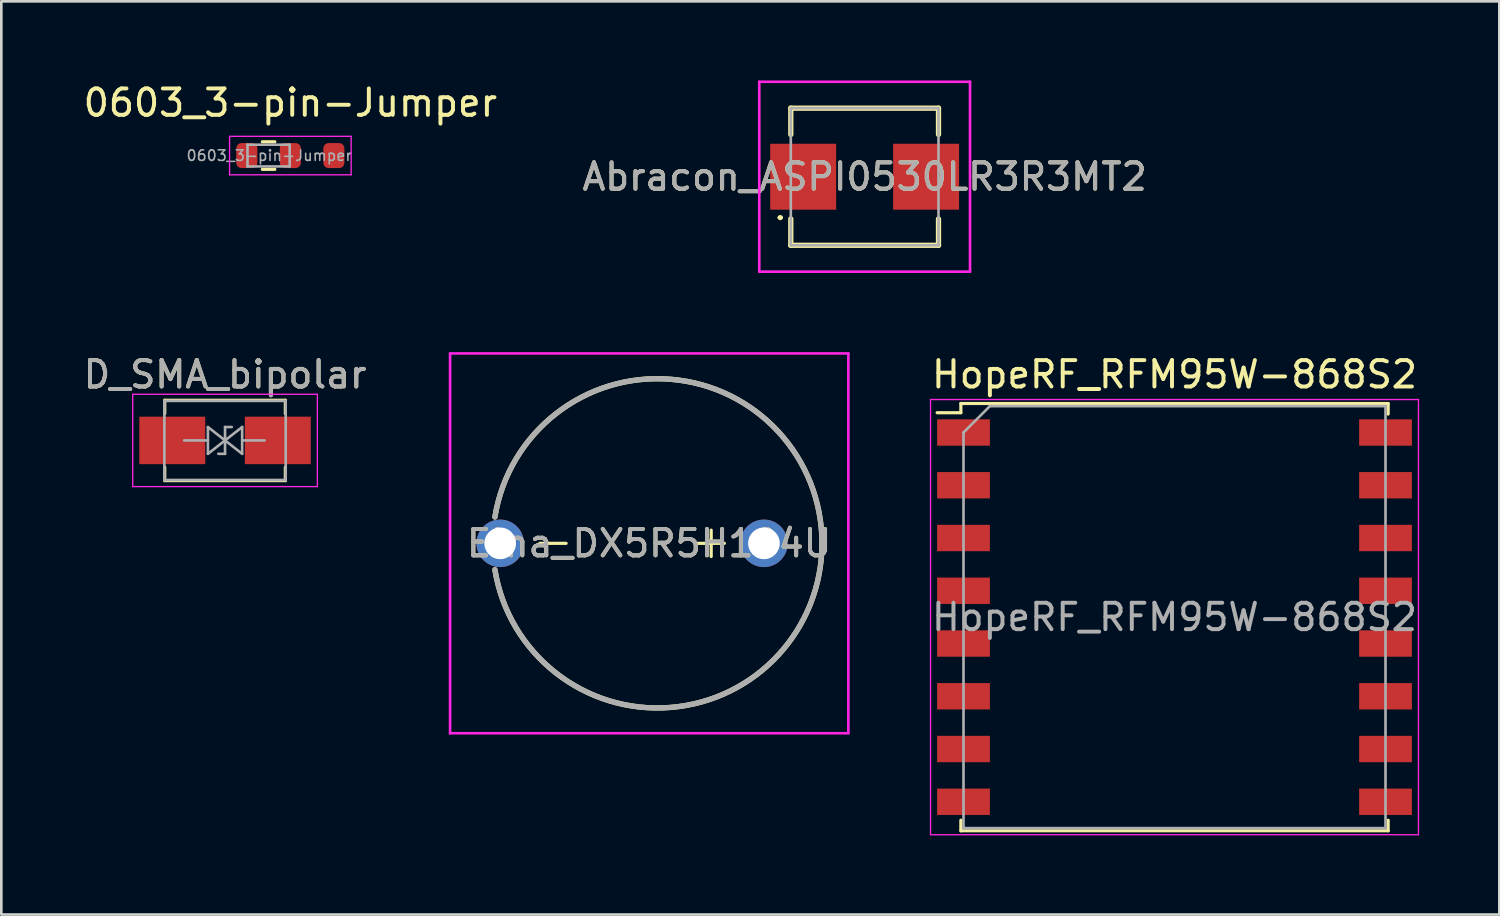
<source format=kicad_pcb>
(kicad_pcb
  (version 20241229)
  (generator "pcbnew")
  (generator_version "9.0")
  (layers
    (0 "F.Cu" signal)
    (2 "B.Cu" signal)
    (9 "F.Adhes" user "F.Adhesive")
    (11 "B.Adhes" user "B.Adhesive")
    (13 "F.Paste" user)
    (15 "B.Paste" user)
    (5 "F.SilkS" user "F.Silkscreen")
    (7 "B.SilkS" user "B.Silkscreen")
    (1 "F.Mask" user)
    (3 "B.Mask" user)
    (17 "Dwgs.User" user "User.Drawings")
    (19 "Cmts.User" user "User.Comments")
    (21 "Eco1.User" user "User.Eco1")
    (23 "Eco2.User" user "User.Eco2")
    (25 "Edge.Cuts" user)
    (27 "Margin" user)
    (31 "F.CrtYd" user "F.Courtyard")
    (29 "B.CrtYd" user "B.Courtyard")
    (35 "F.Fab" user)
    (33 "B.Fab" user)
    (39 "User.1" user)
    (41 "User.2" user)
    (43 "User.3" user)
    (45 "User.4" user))
  (footprint "Abracon_ASPI0530LR3R3MT2"
    (layer "F.Cu")
    (at 29.732 3.65)
    (property "Reference" "Abracon_ASPI0530LR3R3MT2" (at 0 0 0) (layer "F.SilkS") (effects (font (size 1 1) (thickness 0.15))))
    (attr smd)
    (fp_line (start -3.25 1.55) (end -3.25 1.55) (stroke (width 0.1) (type solid)) (layer "F.SilkS"))
    (fp_line (start -3.15 1.55) (end -3.15 1.55) (stroke (width 0.1) (type solid)) (layer "F.SilkS"))
    (fp_line (start -2.8 -2.6) (end -2.8 -1.6) (stroke (width 0.2) (type solid)) (layer "F.SilkS"))
    (fp_line (start -2.8 1.6) (end -2.8 2.6) (stroke (width 0.2) (type solid)) (layer "F.SilkS"))
    (fp_line (start -2.8 2.6) (end 2.8 2.6) (stroke (width 0.2) (type solid)) (layer "F.SilkS"))
    (fp_line (start 2.8 -2.6) (end -2.8 -2.6) (stroke (width 0.2) (type solid)) (layer "F.SilkS"))
    (fp_line (start 2.8 -1.6) (end 2.8 -2.6) (stroke (width 0.2) (type solid)) (layer "F.SilkS"))
    (fp_line (start 2.8 2.6) (end 2.8 1.6) (stroke (width 0.2) (type solid)) (layer "F.SilkS"))
    (fp_arc (start -3.25 1.55) (mid -3.2 1.5) (end -3.15 1.55) (stroke (width 0.1) (type solid)) (layer "F.SilkS"))
    (fp_arc (start -3.15 1.55) (mid -3.2 1.6) (end -3.25 1.55) (stroke (width 0.1) (type solid)) (layer "F.SilkS"))
    (fp_line (start -3.995 -3.6) (end 3.995 -3.6) (stroke (width 0.1) (type solid)) (layer "F.CrtYd"))
    (fp_line (start -3.995 3.6) (end -3.995 -3.6) (stroke (width 0.1) (type solid)) (layer "F.CrtYd"))
    (fp_line (start 3.995 -3.6) (end 3.995 3.6) (stroke (width 0.1) (type solid)) (layer "F.CrtYd"))
    (fp_line (start 3.995 3.6) (end -3.995 3.6) (stroke (width 0.1) (type solid)) (layer "F.CrtYd"))
    (fp_line (start -2.8 -2.6) (end 2.8 -2.6) (stroke (width 0.1) (type solid)) (layer "F.Fab"))
    (fp_line (start -2.8 2.6) (end -2.8 -2.6) (stroke (width 0.1) (type solid)) (layer "F.Fab"))
    (fp_line (start 2.8 -2.6) (end 2.8 2.6) (stroke (width 0.1) (type solid)) (layer "F.Fab"))
    (fp_line (start 2.8 2.6) (end -2.8 2.6) (stroke (width 0.1) (type solid)) (layer "F.Fab"))
    (fp_text user "${REFERENCE}" (at 0 0 0) (layer "F.Fab") (effects (font (size 1 1) (thickness 0.15))))
    (pad "1" smd rect (at -2.33 0) (size 2.5 2.5) (layers "F.Cu" "F.Mask" "F.Paste"))
    (pad "2" smd rect (at 2.33 0) (size 2.5 2.5) (layers "F.Cu" "F.Mask" "F.Paste")))
  (footprint "HopeRF_RFM95W-868S2"
    (layer "F.Cu")
    (at 41.48 20.348)
    (property "Reference" "HopeRF_RFM95W-868S2" (at 0 -9.2 0) (layer "F.SilkS") (effects (font (size 1 1) (thickness 0.15))))
    (attr smd)
    (fp_line (start -8.1 -8.1) (end -8.1 -7.75) (stroke (width 0.12) (type solid)) (layer "F.SilkS"))
    (fp_line (start -8.1 -8.1) (end 8.1 -8.1) (stroke (width 0.12) (type solid)) (layer "F.SilkS"))
    (fp_line (start -8.1 -7.75) (end -9 -7.75) (stroke (width 0.12) (type solid)) (layer "F.SilkS"))
    (fp_line (start -8.1 7.7) (end -8.1 8.1) (stroke (width 0.12) (type solid)) (layer "F.SilkS"))
    (fp_line (start -8.1 8.1) (end 8.1 8.1) (stroke (width 0.12) (type solid)) (layer "F.SilkS"))
    (fp_line (start 8.1 -8.1) (end 8.1 -7.7) (stroke (width 0.12) (type solid)) (layer "F.SilkS"))
    (fp_line (start 8.1 8.1) (end 8.1 7.7) (stroke (width 0.12) (type solid)) (layer "F.SilkS"))
    (fp_line (start -9.25 -8.25) (end 9.25 -8.25) (stroke (width 0.05) (type solid)) (layer "F.CrtYd"))
    (fp_line (start -9.25 8.25) (end -9.25 -8.25) (stroke (width 0.05) (type solid)) (layer "F.CrtYd"))
    (fp_line (start -9.25 8.25) (end 9.25 8.25) (stroke (width 0.05) (type solid)) (layer "F.CrtYd"))
    (fp_line (start 9.25 -8.25) (end 9.25 8.25) (stroke (width 0.05) (type solid)) (layer "F.CrtYd"))
    (fp_line (start -8 8) (end -8 -7) (stroke (width 0.1) (type solid)) (layer "F.Fab"))
    (fp_line (start -8 8) (end 8 8) (stroke (width 0.1) (type solid)) (layer "F.Fab"))
    (fp_line (start -7 -8) (end -8 -7) (stroke (width 0.1) (type solid)) (layer "F.Fab"))
    (fp_line (start -7 -8) (end 8 -8) (stroke (width 0.1) (type solid)) (layer "F.Fab"))
    (fp_line (start 8 8) (end 8 -8) (stroke (width 0.1) (type solid)) (layer "F.Fab"))
    (fp_text user "${REFERENCE}" (at 0 0 0) (layer "F.Fab") (effects (font (size 1 1) (thickness 0.15))))
    (pad "1" smd rect (at -8 -7) (size 2 1) (layers "F.Cu" "F.Mask" "F.Paste"))
    (pad "2" smd rect (at -8 -5) (size 2 1) (layers "F.Cu" "F.Mask" "F.Paste"))
    (pad "3" smd rect (at -8 -3) (size 2 1) (layers "F.Cu" "F.Mask" "F.Paste"))
    (pad "4" smd rect (at -8 -1) (size 2 1) (layers "F.Cu" "F.Mask" "F.Paste"))
    (pad "5" smd rect (at -8 1) (size 2 1) (layers "F.Cu" "F.Mask" "F.Paste"))
    (pad "6" smd rect (at -8 3) (size 2 1) (layers "F.Cu" "F.Mask" "F.Paste"))
    (pad "7" smd rect (at -8 5) (size 2 1) (layers "F.Cu" "F.Mask" "F.Paste"))
    (pad "8" smd rect (at -8 7) (size 2 1) (layers "F.Cu" "F.Mask" "F.Paste"))
    (pad "9" smd rect (at 8 7) (size 2 1) (layers "F.Cu" "F.Mask" "F.Paste"))
    (pad "10" smd rect (at 8 5) (size 2 1) (layers "F.Cu" "F.Mask" "F.Paste"))
    (pad "11" smd rect (at 8 3) (size 2 1) (layers "F.Cu" "F.Mask" "F.Paste"))
    (pad "12" smd rect (at 8 1) (size 2 1) (layers "F.Cu" "F.Mask" "F.Paste"))
    (pad "13" smd rect (at 8 -1) (size 2 1) (layers "F.Cu" "F.Mask" "F.Paste"))
    (pad "14" smd rect (at 8 -3) (size 2 1) (layers "F.Cu" "F.Mask" "F.Paste"))
    (pad "15" smd rect (at 8 -5) (size 2 1) (layers "F.Cu" "F.Mask" "F.Paste"))
    (pad "16" smd rect (at 8 -7) (size 2 1) (layers "F.Cu" "F.Mask" "F.Paste")))
  (footprint "D_SMA_bipolar"
    (layer "F.Cu")
    (at 5.482 13.648)
    (property "Reference" "D_SMA_bipolar" (at 0 -2.5 0) (layer "F.SilkS") (effects (font (size 1 1) (thickness 0.15))))
    (attr smd)
    (fp_line (start -2.286 -1.524) (end -2.286 -1.016) (stroke (width 0.12) (type solid)) (layer "F.SilkS"))
    (fp_line (start -2.286 -1.524) (end 2.286 -1.524) (stroke (width 0.12) (type solid)) (layer "F.SilkS"))
    (fp_line (start -2.286 1.016) (end -2.286 1.524) (stroke (width 0.12) (type solid)) (layer "F.SilkS"))
    (fp_line (start -2.286 1.524) (end 2.286 1.524) (stroke (width 0.12) (type solid)) (layer "F.SilkS"))
    (fp_line (start 2.286 -1.524) (end 2.286 -1.016) (stroke (width 0.12) (type solid)) (layer "F.SilkS"))
    (fp_line (start 2.286 1.016) (end 2.286 1.524) (stroke (width 0.12) (type solid)) (layer "F.SilkS"))
    (fp_line (start -3.5 -1.75) (end 3.5 -1.75) (stroke (width 0.05) (type solid)) (layer "F.CrtYd"))
    (fp_line (start -3.5 1.75) (end -3.5 -1.75) (stroke (width 0.05) (type solid)) (layer "F.CrtYd"))
    (fp_line (start 3.5 -1.75) (end 3.5 1.75) (stroke (width 0.05) (type solid)) (layer "F.CrtYd"))
    (fp_line (start 3.5 1.75) (end -3.5 1.75) (stroke (width 0.05) (type solid)) (layer "F.CrtYd"))
    (fp_line (start -2.3 1.5) (end -2.3 -1.5) (stroke (width 0.1) (type solid)) (layer "F.Fab"))
    (fp_line (start -0.649 -0.508) (end -0.649 0.508) (stroke (width 0.1) (type solid)) (layer "F.Fab"))
    (fp_line (start -0.649 -0.508) (end 0 0) (stroke (width 0.1) (type solid)) (layer "F.Fab"))
    (fp_line (start -0.649 0.001) (end -1.551 0.001) (stroke (width 0.1) (type solid)) (layer "F.Fab"))
    (fp_line (start -0.649 0.508) (end 0 0) (stroke (width 0.1) (type solid)) (layer "F.Fab"))
    (fp_line (start -0.254 0.508) (end 0 0.508) (stroke (width 0.1) (type solid)) (layer "F.Fab"))
    (fp_line (start 0 -0.508) (end 0 0.508) (stroke (width 0.1) (type solid)) (layer "F.Fab"))
    (fp_line (start 0 -0.508) (end 0.254 -0.508) (stroke (width 0.1) (type solid)) (layer "F.Fab"))
    (fp_line (start 0 0) (end 0.649 -0.508) (stroke (width 0.1) (type solid)) (layer "F.Fab"))
    (fp_line (start 0 0) (end 0.649 0.508) (stroke (width 0.1) (type solid)) (layer "F.Fab"))
    (fp_line (start 0.649 -0.508) (end 0.649 0.508) (stroke (width 0.1) (type solid)) (layer "F.Fab"))
    (fp_line (start 0.649 0) (end 1.499 0.001) (stroke (width 0.1) (type solid)) (layer "F.Fab"))
    (fp_line (start 2.3 -1.5) (end -2.3 -1.5) (stroke (width 0.1) (type solid)) (layer "F.Fab"))
    (fp_line (start 2.3 -1.5) (end 2.3 1.5) (stroke (width 0.1) (type solid)) (layer "F.Fab"))
    (fp_line (start 2.3 1.5) (end -2.3 1.5) (stroke (width 0.1) (type solid)) (layer "F.Fab"))
    (fp_text user "${REFERENCE}" (at 0 -2.5 0) (layer "F.Fab") (effects (font (size 1 1) (thickness 0.15))))
    (pad "1" smd rect (at -2 0) (size 2.5 1.8) (layers "F.Cu" "F.Mask" "F.Paste"))
    (pad "2" smd rect (at 2 0) (size 2.5 1.8) (layers "F.Cu" "F.Mask" "F.Paste")))
  (footprint "Elna_DX5R5H104U"
    (layer "F.Cu")
    (at 21.914 17.55)
    (property "Reference" "Elna_DX5R5H104U" (at -0.35 0 0) (layer "F.SilkS") (effects (font (size 1 1) (thickness 0.15))))
    (attr through_hole)
    (fp_line (start -4.5 0) (end -3.5 0) (stroke (width 0.12) (type solid)) (layer "F.SilkS"))
    (fp_line (start 1.5 0) (end 2.5 0) (stroke (width 0.12) (type solid)) (layer "F.SilkS"))
    (fp_line (start 2 -0.5) (end 2 0.5) (stroke (width 0.12) (type solid)) (layer "F.SilkS"))
    (fp_arc (start -6.2 -1) (mid 0.461387 -6.221196) (end 6.2 0) (stroke (width 0.2) (type solid)) (layer "F.SilkS"))
    (fp_arc (start 6.2 0) (mid 0.461387 6.221195) (end -6.2 1) (stroke (width 0.2) (type solid)) (layer "F.SilkS"))
    (fp_line (start -7.9 -7.2) (end 7.2 -7.2) (stroke (width 0.1) (type solid)) (layer "F.CrtYd"))
    (fp_line (start -7.9 7.2) (end -7.9 -7.2) (stroke (width 0.1) (type solid)) (layer "F.CrtYd"))
    (fp_line (start 7.2 -7.2) (end 7.2 7.2) (stroke (width 0.1) (type solid)) (layer "F.CrtYd"))
    (fp_line (start 7.2 7.2) (end -7.9 7.2) (stroke (width 0.1) (type solid)) (layer "F.CrtYd"))
    (fp_line (start -6.2 0) (end -6.2 0) (stroke (width 0.2) (type solid)) (layer "F.Fab"))
    (fp_line (start 6.2 0) (end 6.2 0) (stroke (width 0.2) (type solid)) (layer "F.Fab"))
    (fp_arc (start -6.2 -1) (mid 0.4613 -6.220127) (end 6.2 0) (stroke (width 0.2) (type solid)) (layer "F.Fab"))
    (fp_arc (start 6.2 0) (mid 0.461301 6.220131) (end -6.2 1) (stroke (width 0.2) (type solid)) (layer "F.Fab"))
    (fp_text user "${REFERENCE}" (at -0.35 0 0) (layer "F.Fab") (effects (font (size 1 1) (thickness 0.15))))
    (pad "1" thru_hole circle (at -6 0) (size 1.8 1.8) (drill 1.2) (layers "*.Cu" "*.Mask"))
    (pad "2" thru_hole circle (at 4 0) (size 1.8 1.8) (drill 1.2) (layers "*.Cu" "*.Mask")))
  (footprint "0603_3-pin-Jumper"
    (layer "F.Cu")
    (at 7.958 2.848)
    (property "Reference" "0603_3-pin-Jumper" (at 0 -2 0) (unlocked yes) (layer "F.SilkS") (effects (font (size 1 1) (thickness 0.15))))
    (attr smd)
    (fp_line (start -1.062 -0.522) (end -0.588 -0.522) (stroke (width 0.12) (type solid)) (layer "F.SilkS"))
    (fp_line (start -1.062 0.522) (end -0.588 0.522) (stroke (width 0.12) (type solid)) (layer "F.SilkS"))
    (fp_line (start -2.305 -0.73) (end 2.305 -0.73) (stroke (width 0.05) (type solid)) (layer "F.CrtYd"))
    (fp_line (start -2.305 0.73) (end -2.305 -0.73) (stroke (width 0.05) (type solid)) (layer "F.CrtYd"))
    (fp_line (start 2.305 -0.73) (end 2.305 0.73) (stroke (width 0.05) (type solid)) (layer "F.CrtYd"))
    (fp_line (start 2.305 0.73) (end -2.305 0.73) (stroke (width 0.05) (type solid)) (layer "F.CrtYd"))
    (fp_line (start -1.625 -0.412) (end -0.025 -0.412) (stroke (width 0.1) (type solid)) (layer "F.Fab"))
    (fp_line (start -1.625 0.412) (end -1.625 -0.412) (stroke (width 0.1) (type solid)) (layer "F.Fab"))
    (fp_line (start -0.025 -0.412) (end -0.025 0.412) (stroke (width 0.1) (type solid)) (layer "F.Fab"))
    (fp_line (start -0.025 0.412) (end -1.625 0.412) (stroke (width 0.1) (type solid)) (layer "F.Fab"))
    (fp_text user "${REFERENCE}" (at -0.8 0 0) (unlocked yes) (layer "F.Fab") (effects (font (size 0.4 0.4) (thickness 0.06))))
    (pad "1" smd roundrect (at -1.65 0) (size 0.8 0.95) (layers "F.Cu" "F.Mask" "F.Paste") (roundrect_rratio 0.25))
    (pad "2" smd roundrect (at 0 0) (size 0.8 0.95) (layers "F.Cu" "F.Mask" "F.Paste") (roundrect_rratio 0.25))
    (pad "3" smd roundrect (at 1.65 0) (size 0.8 0.95) (layers "F.Cu" "F.Mask" "F.Paste") (roundrect_rratio 0.25)))
  (gr_rect
    (start -3 -3)
    (end 53.795 31.623)
    (stroke (width 0.1) (type default))
    (fill no)
    (layer "Edge.Cuts")))
</source>
